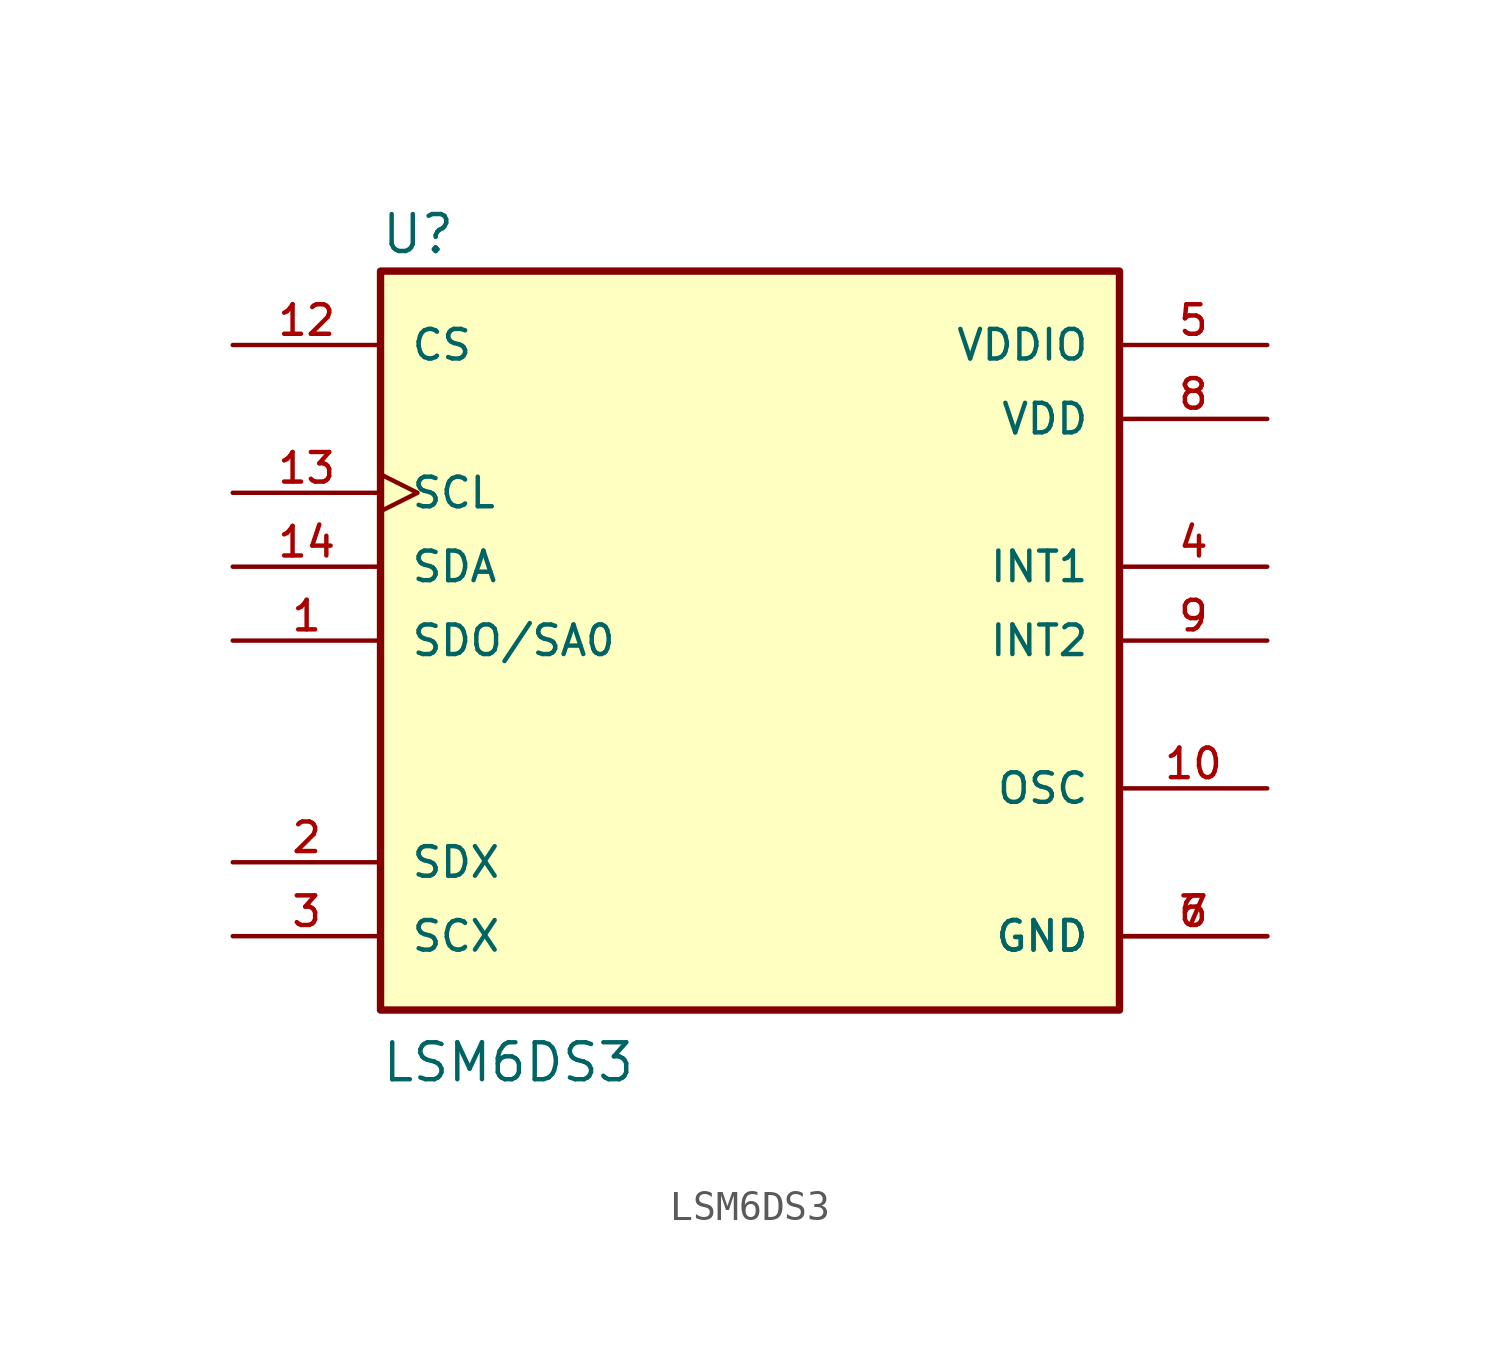
<source format=kicad_sym>
(kicad_symbol_lib
  (version 20211014)
  (generator kicad_symbol_editor)
  (symbol "LSM6DS3"
    (pin_names
      (offset 1.016))
    (property "Reference" "U"
      (at -12.72 13.229 0)
      (effects (font (size 1.27 1.27)) (justify bottom left)))
    (property "Value" "LSM6DS3"
      (at -12.701 -15.241 0)
      (effects (font (size 1.27 1.27)) (justify bottom left)))
    (symbol "LSM6DS3_0_0"
      (rectangle (start -12.7 -12.7) (end 12.7 12.7) (stroke (width 0.254)) (fill (type background)))
      (pin bidirectional line (at -17.78 0.0 0) (length 5.08) (name "SDO/SA0" (effects (font (size 1.016 1.016)))) (number "1" (effects (font (size 1.016 1.016)))))
      (pin bidirectional line (at -17.78 -7.62 0) (length 5.08) (name "SDX" (effects (font (size 1.016 1.016)))) (number "2" (effects (font (size 1.016 1.016)))))
      (pin bidirectional line (at -17.78 -10.16 0) (length 5.08) (name "SCX" (effects (font (size 1.016 1.016)))) (number "3" (effects (font (size 1.016 1.016)))))
      (pin output line (at 17.78 2.54 180.0) (length 5.08) (name "INT1" (effects (font (size 1.016 1.016)))) (number "4" (effects (font (size 1.016 1.016)))))
      (pin power_in line (at 17.78 10.16 180.0) (length 5.08) (name "VDDIO" (effects (font (size 1.016 1.016)))) (number "5" (effects (font (size 1.016 1.016)))))
      (pin power_in line (at 17.78 7.62 180.0) (length 5.08) (name "VDD" (effects (font (size 1.016 1.016)))) (number "8" (effects (font (size 1.016 1.016)))))
      (pin input line (at -17.78 10.16 0) (length 5.08) (name "CS" (effects (font (size 1.016 1.016)))) (number "12" (effects (font (size 1.016 1.016)))))
      (pin input clock (at -17.78 5.08 0) (length 5.08) (name "SCL" (effects (font (size 1.016 1.016)))) (number "13" (effects (font (size 1.016 1.016)))))
      (pin bidirectional line (at -17.78 2.54 0) (length 5.08) (name "SDA" (effects (font (size 1.016 1.016)))) (number "14" (effects (font (size 1.016 1.016)))))
      (pin power_in line (at 17.78 -10.16 180.0) (length 5.08) (name "GND" (effects (font (size 1.016 1.016)))) (number "6" (effects (font (size 1.016 1.016)))))
      (pin power_in line (at 17.78 -10.16 180.0) (length 5.08) (name "GND" (effects (font (size 1.016 1.016)))) (number "7" (effects (font (size 1.016 1.016)))))
      (pin output line (at 17.78 0.0 180.0) (length 5.08) (name "INT2" (effects (font (size 1.016 1.016)))) (number "9" (effects (font (size 1.016 1.016)))))
      (pin bidirectional line (at 17.78 -5.08 180.0) (length 5.08) (name "OSC" (effects (font (size 1.016 1.016)))) (number "10" (effects (font (size 1.016 1.016))))))))
</source>
